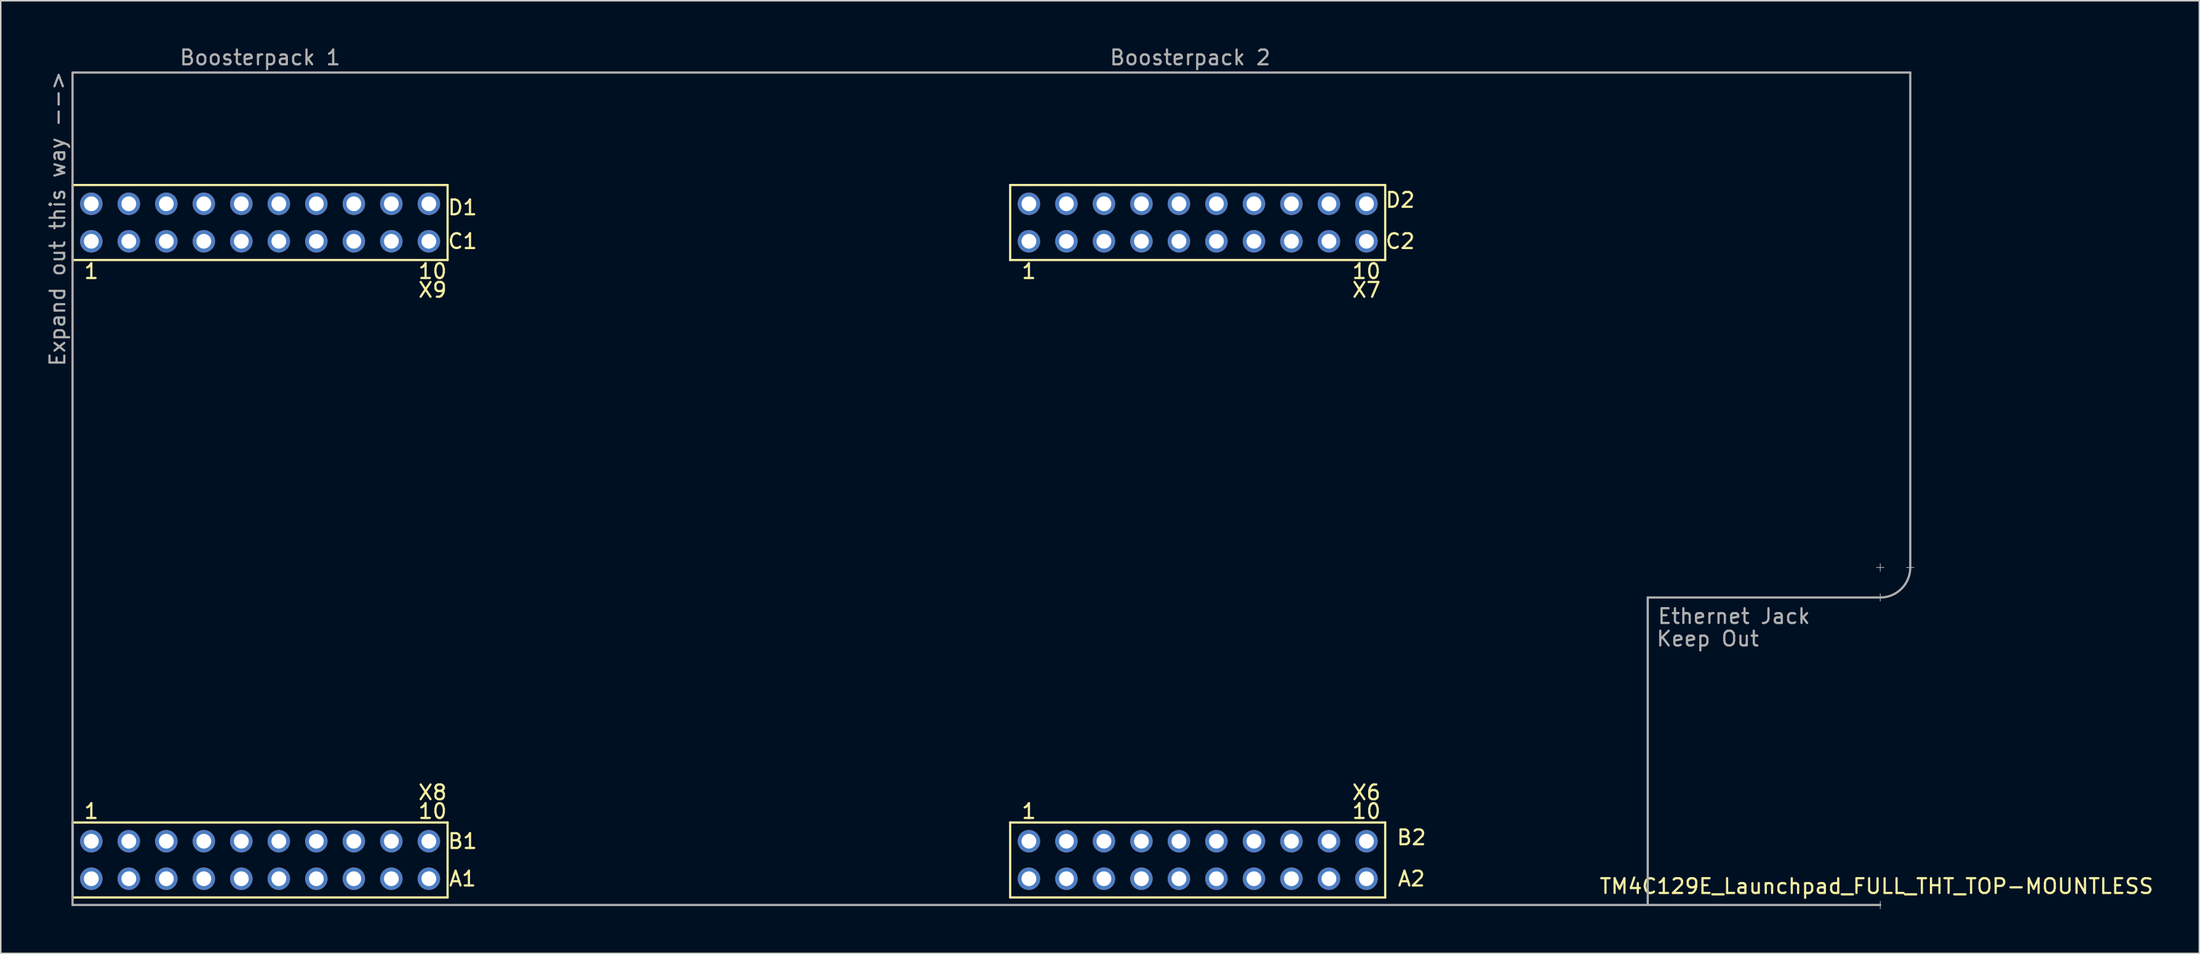
<source format=kicad_pcb>
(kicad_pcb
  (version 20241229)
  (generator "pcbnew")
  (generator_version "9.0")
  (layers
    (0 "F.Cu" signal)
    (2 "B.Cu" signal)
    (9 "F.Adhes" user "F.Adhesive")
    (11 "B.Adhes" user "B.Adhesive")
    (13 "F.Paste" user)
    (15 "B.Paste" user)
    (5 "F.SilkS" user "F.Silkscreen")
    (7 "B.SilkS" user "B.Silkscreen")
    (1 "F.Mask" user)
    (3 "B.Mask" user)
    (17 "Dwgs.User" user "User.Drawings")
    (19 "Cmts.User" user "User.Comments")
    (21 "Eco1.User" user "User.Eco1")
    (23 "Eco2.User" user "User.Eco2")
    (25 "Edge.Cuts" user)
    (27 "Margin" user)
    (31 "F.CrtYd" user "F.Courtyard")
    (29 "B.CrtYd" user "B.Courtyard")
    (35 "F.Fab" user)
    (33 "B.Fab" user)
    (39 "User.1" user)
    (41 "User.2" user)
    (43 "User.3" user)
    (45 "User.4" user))
  (footprint "TM4C129E_Launchpad_FULL_THT_TOP-MOUNTLESS"
    (layer "F.Cu")
    (at 1.864 57.744)
    (property "Reference" "TM4C129E_Launchpad_FULL_THT_TOP-MOUNTLESS" (at 122.174 -0.762 180) (layer "F.SilkS") (effects (font (size 1 1) (thickness 0.15))))
    (attr through_hole)
    (fp_line (start 0 -48.26) (end 0 -43.18) (stroke (width 0.15) (type solid)) (layer "F.SilkS"))
    (fp_line (start 0 -43.18) (end 25.4 -43.18) (stroke (width 0.15) (type solid)) (layer "F.SilkS"))
    (fp_line (start 0 -5.08) (end 0 0) (stroke (width 0.15) (type solid)) (layer "F.SilkS"))
    (fp_line (start 0 0) (end 25.4 0) (stroke (width 0.15) (type solid)) (layer "F.SilkS"))
    (fp_line (start 25.4 -48.26) (end 0 -48.26) (stroke (width 0.15) (type solid)) (layer "F.SilkS"))
    (fp_line (start 25.4 -43.18) (end 25.4 -48.26) (stroke (width 0.15) (type solid)) (layer "F.SilkS"))
    (fp_line (start 25.4 -5.08) (end 0 -5.08) (stroke (width 0.15) (type solid)) (layer "F.SilkS"))
    (fp_line (start 25.4 0) (end 25.4 -5.08) (stroke (width 0.15) (type solid)) (layer "F.SilkS"))
    (fp_line (start 63.5 -48.26) (end 63.5 -43.18) (stroke (width 0.15) (type solid)) (layer "F.SilkS"))
    (fp_line (start 63.5 -43.18) (end 88.9 -43.18) (stroke (width 0.15) (type solid)) (layer "F.SilkS"))
    (fp_line (start 63.5 -5.08) (end 63.5 0) (stroke (width 0.15) (type solid)) (layer "F.SilkS"))
    (fp_line (start 63.5 0) (end 88.9 0) (stroke (width 0.15) (type solid)) (layer "F.SilkS"))
    (fp_line (start 88.9 -48.26) (end 63.5 -48.26) (stroke (width 0.15) (type solid)) (layer "F.SilkS"))
    (fp_line (start 88.9 -43.18) (end 88.9 -48.26) (stroke (width 0.15) (type solid)) (layer "F.SilkS"))
    (fp_line (start 88.9 -5.08) (end 63.5 -5.08) (stroke (width 0.15) (type solid)) (layer "F.SilkS"))
    (fp_line (start 88.9 0) (end 88.9 -5.08) (stroke (width 0.15) (type solid)) (layer "F.SilkS"))
    (fp_line (start 0 -55.88) (end 0 0.508) (stroke (width 0.15) (type solid)) (layer "F.Fab"))
    (fp_line (start 0 -55.88) (end 124.46 -55.88) (stroke (width 0.15) (type solid)) (layer "F.Fab"))
    (fp_line (start 0 0.508) (end 122.428 0.508) (stroke (width 0.15) (type solid)) (layer "F.Fab"))
    (fp_line (start 106.68 -20.32) (end 106.68 0.508) (stroke (width 0.15) (type solid)) (layer "F.Fab"))
    (fp_line (start 122.174 -22.352) (end 122.682 -22.352) (stroke (width 0.05) (type solid)) (layer "F.Fab"))
    (fp_line (start 122.428 -22.606) (end 122.428 -22.098) (stroke (width 0.05) (type solid)) (layer "F.Fab"))
    (fp_line (start 122.428 -20.574) (end 122.428 -20.066) (stroke (width 0.05) (type solid)) (layer "F.Fab"))
    (fp_line (start 122.428 -20.32) (end 106.68 -20.32) (stroke (width 0.15) (type solid)) (layer "F.Fab"))
    (fp_line (start 122.428 0.254) (end 122.428 0.762) (stroke (width 0.05) (type solid)) (layer "F.Fab"))
    (fp_line (start 124.206 -22.352) (end 124.714 -22.352) (stroke (width 0.05) (type solid)) (layer "F.Fab"))
    (fp_line (start 124.46 -55.88) (end 124.46 -22.352) (stroke (width 0.15) (type solid)) (layer "F.Fab"))
    (fp_arc (start 124.46 -22.352) (mid 123.864841 -20.915159) (end 122.428 -20.32) (stroke (width 0.15) (type solid)) (layer "F.Fab"))
    (fp_text user "D2" (at 89.916 -47.244 0) (layer "F.SilkS") (effects (font (size 1 1) (thickness 0.15))))
    (fp_text user "B1" (at 26.416 -3.81 180) (layer "F.SilkS") (effects (font (size 1 1) (thickness 0.15))))
    (fp_text user "1" (at 64.77 -5.842 180) (layer "F.SilkS") (effects (font (size 1 1) (thickness 0.15))))
    (fp_text user "10" (at 87.63 -42.418 180) (layer "F.SilkS") (effects (font (size 1 1) (thickness 0.15))))
    (fp_text user "X8" (at 24.384 -7.112 180) (layer "F.SilkS") (effects (font (size 1 1) (thickness 0.15))))
    (fp_text user "10" (at 24.384 -42.418 180) (layer "F.SilkS") (effects (font (size 1 1) (thickness 0.15))))
    (fp_text user "D1" (at 26.416 -46.736 180) (layer "F.SilkS") (effects (font (size 1 1) (thickness 0.15))))
    (fp_text user "10" (at 24.384 -5.842 180) (layer "F.SilkS") (effects (font (size 1 1) (thickness 0.15))))
    (fp_text user "10" (at 87.63 -5.842 180) (layer "F.SilkS") (effects (font (size 1 1) (thickness 0.15))))
    (fp_text user "1" (at 1.27 -42.418 180) (layer "F.SilkS") (effects (font (size 1 1) (thickness 0.15))))
    (fp_text user "C1" (at 26.416 -44.45 180) (layer "F.SilkS") (effects (font (size 1 1) (thickness 0.15))))
    (fp_text user "X6" (at 87.63 -7.112 0) (layer "F.SilkS") (effects (font (size 1 1) (thickness 0.15))))
    (fp_text user "B2" (at 90.678 -4.064 180) (layer "F.SilkS") (effects (font (size 1 1) (thickness 0.15))))
    (fp_text user "A2" (at 90.678 -1.27 180) (layer "F.SilkS") (effects (font (size 1 1) (thickness 0.15))))
    (fp_text user "A1" (at 26.416 -1.27 180) (layer "F.SilkS") (effects (font (size 1 1) (thickness 0.15))))
    (fp_text user "1" (at 64.77 -42.418 180) (layer "F.SilkS") (effects (font (size 1 1) (thickness 0.15))))
    (fp_text user "C2" (at 89.916 -44.45 180) (layer "F.SilkS") (effects (font (size 1 1) (thickness 0.15))))
    (fp_text user "X9" (at 24.384 -41.148 180) (layer "F.SilkS") (effects (font (size 1 1) (thickness 0.15))))
    (fp_text user "X7" (at 87.63 -41.148 180) (layer "F.SilkS") (effects (font (size 1 1) (thickness 0.15))))
    (fp_text user "1" (at 1.27 -5.842 180) (layer "F.SilkS") (effects (font (size 1 1) (thickness 0.15))))
    (fp_text user "Boosterpack 1" (at 12.7 -56.896 0) (layer "F.Fab") (effects (font (size 1 1) (thickness 0.15))))
    (fp_text user "Boosterpack 2" (at 75.692 -56.896 0) (layer "F.Fab") (effects (font (size 1 1) (thickness 0.15))))
    (fp_text user "Keep Out" (at 110.744 -17.526 0) (layer "F.Fab") (effects (font (size 1 1) (thickness 0.15))))
    (fp_text user "Expand out this way -->" (at -1.016 -45.974 90) (layer "F.Fab") (effects (font (size 1 1) (thickness 0.15))))
    (fp_text user "Ethernet Jack" (at 112.522 -19.05 0) (layer "F.Fab") (effects (font (size 1 1) (thickness 0.15))))
    (pad "+3V3" thru_hole circle (at 1.27 -1.27 180) (size 1.52 1.52) (drill 1) (layers "*.Cu" "*.Mask" "F.Paste"))
    (pad "+3V32" thru_hole circle (at 64.77 -1.27 180) (size 1.52 1.52) (drill 1) (layers "*.Cu" "*.Mask" "F.Paste"))
    (pad "+5V" thru_hole circle (at 1.27 -3.81 180) (size 1.52 1.52) (drill 1) (layers "*.Cu" "*.Mask" "F.Paste"))
    (pad "+5V2" thru_hole circle (at 64.77 -3.81 180) (size 1.52 1.52) (drill 1) (layers "*.Cu" "*.Mask" "F.Paste"))
    (pad "GND" thru_hole circle (at 1.27 -46.99 180) (size 1.52 1.52) (drill 1) (layers "*.Cu" "*.Mask" "F.Paste"))
    (pad "GND" thru_hole circle (at 3.81 -3.81 180) (size 1.52 1.52) (drill 1) (layers "*.Cu" "*.Mask" "F.Paste"))
    (pad "GND" thru_hole circle (at 64.77 -46.99 180) (size 1.52 1.52) (drill 1) (layers "*.Cu" "*.Mask" "F.Paste"))
    (pad "GND" thru_hole circle (at 67.31 -3.81 180) (size 1.52 1.52) (drill 1) (layers "*.Cu" "*.Mask" "F.Paste"))
    (pad "PA4" thru_hole circle (at 85.09 -3.81 180) (size 1.52 1.52) (drill 1) (layers "*.Cu" "*.Mask" "F.Paste"))
    (pad "PA5" thru_hole circle (at 87.63 -3.81 180) (size 1.52 1.52) (drill 1) (layers "*.Cu" "*.Mask" "F.Paste"))
    (pad "PA6" thru_hole circle (at 19.05 -3.81 180) (size 1.52 1.52) (drill 1) (layers "*.Cu" "*.Mask" "F.Paste"))
    (pad "PA7" thru_hole circle (at 72.39 -46.99 180) (size 1.52 1.52) (drill 1) (layers "*.Cu" "*.Mask" "F.Paste"))
    (pad "PB2" thru_hole circle (at 21.59 -1.27 180) (size 1.52 1.52) (drill 1) (layers "*.Cu" "*.Mask" "F.Paste"))
    (pad "PB3" thru_hole circle (at 24.13 -1.27 180) (size 1.52 1.52) (drill 1) (layers "*.Cu" "*.Mask" "F.Paste"))
    (pad "PB4" thru_hole circle (at 69.85 -3.81 180) (size 1.52 1.52) (drill 1) (layers "*.Cu" "*.Mask" "F.Paste"))
    (pad "PB5" thru_hole circle (at 72.39 -3.81 180) (size 1.52 1.52) (drill 1) (layers "*.Cu" "*.Mask" "F.Paste"))
    (pad "PC4" thru_hole circle (at 6.35 -1.27 180) (size 1.52 1.52) (drill 1) (layers "*.Cu" "*.Mask" "F.Paste"))
    (pad "PC5" thru_hole circle (at 8.89 -1.27 180) (size 1.52 1.52) (drill 1) (layers "*.Cu" "*.Mask" "F.Paste"))
    (pad "PC6" thru_hole circle (at 11.43 -1.27 180) (size 1.52 1.52) (drill 1) (layers "*.Cu" "*.Mask" "F.Paste"))
    (pad "PC7" thru_hole circle (at 19.05 -1.27 180) (size 1.52 1.52) (drill 1) (layers "*.Cu" "*.Mask" "F.Paste"))
    (pad "PD0" thru_hole circle (at 16.51 -46.99 180) (size 1.52 1.52) (drill 1) (layers "*.Cu" "*.Mask" "F.Paste"))
    (pad "PD1" thru_hole circle (at 13.97 -46.99 180) (size 1.52 1.52) (drill 1) (layers "*.Cu" "*.Mask" "F.Paste"))
    (pad "PD2" thru_hole circle (at 67.31 -1.27 180) (size 1.52 1.52) (drill 1) (layers "*.Cu" "*.Mask" "F.Paste"))
    (pad "PD3" thru_hole circle (at 16.51 -1.27 180) (size 1.52 1.52) (drill 1) (layers "*.Cu" "*.Mask" "F.Paste"))
    (pad "PD4" thru_hole circle (at 74.93 -1.27 180) (size 1.52 1.52) (drill 1) (layers "*.Cu" "*.Mask" "F.Paste"))
    (pad "PD5" thru_hole circle (at 77.47 -1.27 180) (size 1.52 1.52) (drill 1) (layers "*.Cu" "*.Mask" "F.Paste"))
    (pad "PD7" thru_hole circle (at 16.51 -3.81 180) (size 1.52 1.52) (drill 1) (layers "*.Cu" "*.Mask" "F.Paste"))
    (pad "PE0" thru_hole circle (at 6.35 -3.81 180) (size 1.52 1.52) (drill 1) (layers "*.Cu" "*.Mask" "F.Paste"))
    (pad "PE1" thru_hole circle (at 8.89 -3.81 180) (size 1.52 1.52) (drill 1) (layers "*.Cu" "*.Mask" "F.Paste"))
    (pad "PE2" thru_hole circle (at 11.43 -3.81 180) (size 1.52 1.52) (drill 1) (layers "*.Cu" "*.Mask" "F.Paste"))
    (pad "PE3" thru_hole circle (at 13.97 -3.81 180) (size 1.52 1.52) (drill 1) (layers "*.Cu" "*.Mask" "F.Paste"))
    (pad "PE4" thru_hole circle (at 3.81 -1.27 180) (size 1.52 1.52) (drill 1) (layers "*.Cu" "*.Mask" "F.Paste"))
    (pad "PE5" thru_hole circle (at 13.97 -1.27 180) (size 1.52 1.52) (drill 1) (layers "*.Cu" "*.Mask" "F.Paste"))
    (pad "PF1" thru_hole circle (at 1.27 -44.45 180) (size 1.52 1.52) (drill 1) (layers "*.Cu" "*.Mask" "F.Paste"))
    (pad "PF2" thru_hole circle (at 3.81 -44.45 180) (size 1.52 1.52) (drill 1) (layers "*.Cu" "*.Mask" "F.Paste"))
    (pad "PF3" thru_hole circle (at 6.35 -44.45 180) (size 1.52 1.52) (drill 1) (layers "*.Cu" "*.Mask" "F.Paste"))
    (pad "PG0" thru_hole circle (at 8.89 -44.45 180) (size 1.52 1.52) (drill 1) (layers "*.Cu" "*.Mask" "F.Paste"))
    (pad "PG1" thru_hole circle (at 64.77 -44.45 180) (size 1.52 1.52) (drill 1) (layers "*.Cu" "*.Mask" "F.Paste"))
    (pad "PH0" thru_hole circle (at 80.01 -44.45 180) (size 1.52 1.52) (drill 1) (layers "*.Cu" "*.Mask" "F.Paste"))
    (pad "PH1" thru_hole circle (at 82.55 -44.45 180) (size 1.52 1.52) (drill 1) (layers "*.Cu" "*.Mask" "F.Paste"))
    (pad "PH2" thru_hole circle (at 6.35 -46.99 180) (size 1.52 1.52) (drill 1) (layers "*.Cu" "*.Mask" "F.Paste"))
    (pad "PH3" thru_hole circle (at 8.89 -46.99 180) (size 1.52 1.52) (drill 1) (layers "*.Cu" "*.Mask" "F.Paste"))
    (pad "PK0" thru_hole circle (at 74.93 -3.81 180) (size 1.52 1.52) (drill 1) (layers "*.Cu" "*.Mask" "F.Paste"))
    (pad "PK1" thru_hole circle (at 77.47 -3.81 180) (size 1.52 1.52) (drill 1) (layers "*.Cu" "*.Mask" "F.Paste"))
    (pad "PK2" thru_hole circle (at 80.01 -3.81 180) (size 1.52 1.52) (drill 1) (layers "*.Cu" "*.Mask" "F.Paste"))
    (pad "PK3" thru_hole circle (at 82.55 -3.81 180) (size 1.52 1.52) (drill 1) (layers "*.Cu" "*.Mask" "F.Paste"))
    (pad "PK4" thru_hole circle (at 67.31 -44.45 180) (size 1.52 1.52) (drill 1) (layers "*.Cu" "*.Mask" "F.Paste"))
    (pad "PK5" thru_hole circle (at 69.85 -44.45 180) (size 1.52 1.52) (drill 1) (layers "*.Cu" "*.Mask" "F.Paste"))
    (pad "PK6" thru_hole circle (at 85.09 -44.45 180) (size 1.52 1.52) (drill 1) (layers "*.Cu" "*.Mask" "F.Paste"))
    (pad "PK7" thru_hole circle (at 87.63 -44.45 180) (size 1.52 1.52) (drill 1) (layers "*.Cu" "*.Mask" "F.Paste"))
    (pad "PL0" thru_hole circle (at 16.51 -44.45 180) (size 1.52 1.52) (drill 1) (layers "*.Cu" "*.Mask" "F.Paste"))
    (pad "PL1" thru_hole circle (at 19.05 -44.45 180) (size 1.52 1.52) (drill 1) (layers "*.Cu" "*.Mask" "F.Paste"))
    (pad "PL2" thru_hole circle (at 21.59 -44.45 180) (size 1.52 1.52) (drill 1) (layers "*.Cu" "*.Mask" "F.Paste"))
    (pad "PL3" thru_hole circle (at 24.13 -44.45 180) (size 1.52 1.52) (drill 1) (layers "*.Cu" "*.Mask" "F.Paste"))
    (pad "PL4" thru_hole circle (at 11.43 -44.45 180) (size 1.52 1.52) (drill 1) (layers "*.Cu" "*.Mask" "F.Paste"))
    (pad "PL5" thru_hole circle (at 13.97 -44.45 180) (size 1.52 1.52) (drill 1) (layers "*.Cu" "*.Mask" "F.Paste"))
    (pad "PM0" thru_hole circle (at 72.39 -44.45 180) (size 1.52 1.52) (drill 1) (layers "*.Cu" "*.Mask" "F.Paste"))
    (pad "PM1" thru_hole circle (at 74.93 -44.45 180) (size 1.52 1.52) (drill 1) (layers "*.Cu" "*.Mask" "F.Paste"))
    (pad "PM2" thru_hole circle (at 77.47 -44.45 180) (size 1.52 1.52) (drill 1) (layers "*.Cu" "*.Mask" "F.Paste"))
    (pad "PM3" thru_hole circle (at 3.81 -46.99 180) (size 1.52 1.52) (drill 1) (layers "*.Cu" "*.Mask" "F.Paste"))
    (pad "PM4" thru_hole circle (at 21.59 -3.81 180) (size 1.52 1.52) (drill 1) (layers "*.Cu" "*.Mask" "F.Paste"))
    (pad "PM5" thru_hole circle (at 24.13 -3.81 180) (size 1.52 1.52) (drill 1) (layers "*.Cu" "*.Mask" "F.Paste"))
    (pad "PM6" thru_hole circle (at 87.63 -46.99 180) (size 1.52 1.52) (drill 1) (layers "*.Cu" "*.Mask" "F.Paste"))
    (pad "PM7" thru_hole circle (at 67.31 -46.99 180) (size 1.52 1.52) (drill 1) (layers "*.Cu" "*.Mask" "F.Paste"))
    (pad "PN2" thru_hole circle (at 19.05 -46.99 180) (size 1.52 1.52) (drill 1) (layers "*.Cu" "*.Mask" "F.Paste"))
    (pad "PN3" thru_hole circle (at 21.59 -46.99 180) (size 1.52 1.52) (drill 1) (layers "*.Cu" "*.Mask" "F.Paste"))
    (pad "PN4" thru_hole circle (at 87.63 -1.27 180) (size 1.52 1.52) (drill 1) (layers "*.Cu" "*.Mask" "F.Paste"))
    (pad "PN5" thru_hole circle (at 85.09 -1.27 180) (size 1.52 1.52) (drill 1) (layers "*.Cu" "*.Mask" "F.Paste"))
    (pad "PP0" thru_hole circle (at 69.85 -1.27 180) (size 1.52 1.52) (drill 1) (layers "*.Cu" "*.Mask" "F.Paste"))
    (pad "PP1" thru_hole circle (at 72.39 -1.27 180) (size 1.52 1.52) (drill 1) (layers "*.Cu" "*.Mask" "F.Paste"))
    (pad "PP2" thru_hole circle (at 24.13 -46.99 180) (size 1.52 1.52) (drill 1) (layers "*.Cu" "*.Mask" "F.Paste"))
    (pad "PP3" thru_hole circle (at 82.55 -46.99 180) (size 1.52 1.52) (drill 1) (layers "*.Cu" "*.Mask" "F.Paste"))
    (pad "PP4" thru_hole circle (at 82.55 -1.27 180) (size 1.52 1.52) (drill 1) (layers "*.Cu" "*.Mask" "F.Paste"))
    (pad "PP5" thru_hole circle (at 69.85 -46.99 180) (size 1.52 1.52) (drill 1) (layers "*.Cu" "*.Mask" "F.Paste"))
    (pad "PQ0" thru_hole circle (at 80.01 -1.27 180) (size 1.52 1.52) (drill 1) (layers "*.Cu" "*.Mask" "F.Paste"))
    (pad "PQ1" thru_hole circle (at 85.09 -46.99 180) (size 1.52 1.52) (drill 1) (layers "*.Cu" "*.Mask" "F.Paste"))
    (pad "PQ2" thru_hole circle (at 77.47 -46.99 180) (size 1.52 1.52) (drill 1) (layers "*.Cu" "*.Mask" "F.Paste"))
    (pad "PQ3" thru_hole circle (at 80.01 -46.99 180) (size 1.52 1.52) (drill 1) (layers "*.Cu" "*.Mask" "F.Paste"))
    (pad "Reset" thru_hole circle (at 74.93 -46.99 180) (size 1.52 1.52) (drill 1) (layers "*.Cu" "*.Mask" "F.Paste"))
    (pad "Reset2" thru_hole circle (at 11.43 -46.99 180) (size 1.52 1.52) (drill 1) (layers "*.Cu" "*.Mask" "F.Paste")))
  (gr_rect
    (start -3 -3)
    (end 145.901 61.531)
    (stroke (width 0.1) (type default))
    (fill no)
    (layer "Edge.Cuts")))
</source>
